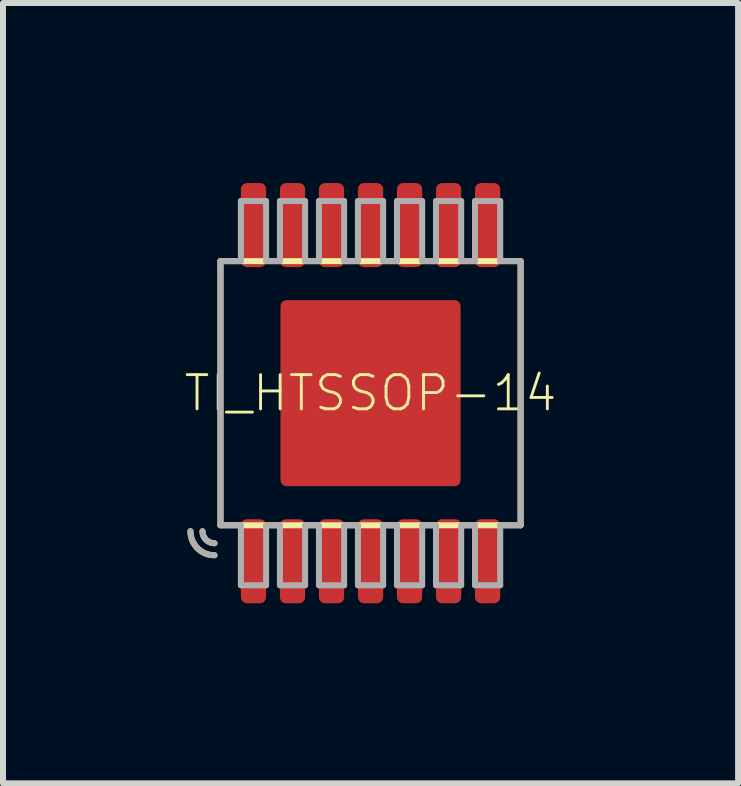
<source format=kicad_pcb>
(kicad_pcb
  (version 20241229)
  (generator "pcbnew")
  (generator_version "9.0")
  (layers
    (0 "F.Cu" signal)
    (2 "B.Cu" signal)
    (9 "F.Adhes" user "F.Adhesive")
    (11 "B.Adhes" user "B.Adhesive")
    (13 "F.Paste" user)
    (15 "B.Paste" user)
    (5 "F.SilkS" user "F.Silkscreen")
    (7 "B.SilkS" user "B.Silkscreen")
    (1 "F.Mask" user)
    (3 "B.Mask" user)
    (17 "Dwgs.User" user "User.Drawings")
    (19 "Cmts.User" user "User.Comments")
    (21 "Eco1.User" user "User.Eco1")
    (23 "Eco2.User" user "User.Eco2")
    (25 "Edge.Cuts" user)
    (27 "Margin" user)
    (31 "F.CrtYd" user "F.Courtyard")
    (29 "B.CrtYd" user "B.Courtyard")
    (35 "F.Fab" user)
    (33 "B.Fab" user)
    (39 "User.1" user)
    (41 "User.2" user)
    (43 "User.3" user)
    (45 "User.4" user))
  (footprint "TI_HTSSOP-14"
    (layer "F.Cu")
    (at 3.123 3.5)
    (property "Reference" "TI_HTSSOP-14" (at 0 0 0) (layer "F.SilkS") (effects (font (size 0.57 0.57) (thickness 0.048))))
    (attr through_hole)
    (fp_line (start -2.5 -2.2) (end 2.5 -2.2) (stroke (width 0.1) (type solid)) (layer "F.SilkS"))
    (fp_line (start -2.5 2.2) (end -2.5 -2.2) (stroke (width 0.1) (type solid)) (layer "F.SilkS"))
    (fp_line (start 2.5 -2.2) (end 2.5 2.2) (stroke (width 0.1) (type solid)) (layer "F.SilkS"))
    (fp_line (start 2.5 2.2) (end -2.5 2.2) (stroke (width 0.1) (type solid)) (layer "F.SilkS"))
    (fp_arc (start -2.6 2.5) (mid -2.741421 2.441421) (end -2.8 2.3) (stroke (width 0.1) (type solid)) (layer "F.SilkS"))
    (fp_arc (start -2.6 2.7) (mid -2.882843 2.582843) (end -3 2.3) (stroke (width 0.1) (type solid)) (layer "F.SilkS"))
    (fp_poly (pts (xy -1.3 -0.2) (xy -0.2 -0.2) (xy -0.2 -1.4) (xy -1.3 -1.4)) (stroke (width 0) (type solid)) (fill yes) (layer "F.Paste"))
    (fp_poly (pts (xy -1.3 1.4) (xy -0.2 1.4) (xy -0.2 0.2) (xy -1.3 0.2)) (stroke (width 0) (type solid)) (fill yes) (layer "F.Paste"))
    (fp_poly (pts (xy 0.2 -0.2) (xy 1.3 -0.2) (xy 1.3 -1.4) (xy 0.2 -1.4)) (stroke (width 0) (type solid)) (fill yes) (layer "F.Paste"))
    (fp_poly (pts (xy 0.2 1.4) (xy 1.3 1.4) (xy 1.3 0.2) (xy 0.2 0.2)) (stroke (width 0) (type solid)) (fill yes) (layer "F.Paste"))
    (fp_line (start -2.5 -2.2) (end -2.16 -2.2) (stroke (width 0.1) (type solid)) (layer "F.Fab"))
    (fp_line (start -2.5 2.2) (end -2.5 -2.2) (stroke (width 0.1) (type solid)) (layer "F.Fab"))
    (fp_line (start -2.16 -3.2) (end -1.74 -3.2) (stroke (width 0.1) (type solid)) (layer "F.Fab"))
    (fp_line (start -2.16 -2.2) (end -2.16 -3.2) (stroke (width 0.1) (type solid)) (layer "F.Fab"))
    (fp_line (start -2.16 2.2) (end -2.5 2.2) (stroke (width 0.1) (type solid)) (layer "F.Fab"))
    (fp_line (start -2.16 3.2) (end -2.16 2.2) (stroke (width 0.1) (type solid)) (layer "F.Fab"))
    (fp_line (start -1.74 -3.2) (end -1.74 -2.2) (stroke (width 0.1) (type solid)) (layer "F.Fab"))
    (fp_line (start -1.74 -2.2) (end -1.51 -2.2) (stroke (width 0.1) (type solid)) (layer "F.Fab"))
    (fp_line (start -1.74 2.2) (end -1.74 3.2) (stroke (width 0.1) (type solid)) (layer "F.Fab"))
    (fp_line (start -1.74 3.2) (end -2.16 3.2) (stroke (width 0.1) (type solid)) (layer "F.Fab"))
    (fp_line (start -1.51 -3.2) (end -1.09 -3.2) (stroke (width 0.1) (type solid)) (layer "F.Fab"))
    (fp_line (start -1.51 -2.2) (end -1.51 -3.2) (stroke (width 0.1) (type solid)) (layer "F.Fab"))
    (fp_line (start -1.51 2.2) (end -1.74 2.2) (stroke (width 0.1) (type solid)) (layer "F.Fab"))
    (fp_line (start -1.51 3.2) (end -1.51 2.2) (stroke (width 0.1) (type solid)) (layer "F.Fab"))
    (fp_line (start -1.09 -3.2) (end -1.09 -2.2) (stroke (width 0.1) (type solid)) (layer "F.Fab"))
    (fp_line (start -1.09 -2.2) (end -0.86 -2.2) (stroke (width 0.1) (type solid)) (layer "F.Fab"))
    (fp_line (start -1.09 2.2) (end -1.09 3.2) (stroke (width 0.1) (type solid)) (layer "F.Fab"))
    (fp_line (start -1.09 3.2) (end -1.51 3.2) (stroke (width 0.1) (type solid)) (layer "F.Fab"))
    (fp_line (start -0.86 -3.2) (end -0.44 -3.2) (stroke (width 0.1) (type solid)) (layer "F.Fab"))
    (fp_line (start -0.86 -2.2) (end -0.86 -3.2) (stroke (width 0.1) (type solid)) (layer "F.Fab"))
    (fp_line (start -0.86 2.2) (end -1.09 2.2) (stroke (width 0.1) (type solid)) (layer "F.Fab"))
    (fp_line (start -0.86 3.2) (end -0.86 2.2) (stroke (width 0.1) (type solid)) (layer "F.Fab"))
    (fp_line (start -0.44 -3.2) (end -0.44 -2.2) (stroke (width 0.1) (type solid)) (layer "F.Fab"))
    (fp_line (start -0.44 -2.2) (end -0.21 -2.2) (stroke (width 0.1) (type solid)) (layer "F.Fab"))
    (fp_line (start -0.44 2.2) (end -0.44 3.2) (stroke (width 0.1) (type solid)) (layer "F.Fab"))
    (fp_line (start -0.44 3.2) (end -0.86 3.2) (stroke (width 0.1) (type solid)) (layer "F.Fab"))
    (fp_line (start -0.21 -3.2) (end 0.21 -3.2) (stroke (width 0.1) (type solid)) (layer "F.Fab"))
    (fp_line (start -0.21 -2.2) (end -0.21 -3.2) (stroke (width 0.1) (type solid)) (layer "F.Fab"))
    (fp_line (start -0.21 2.2) (end -0.44 2.2) (stroke (width 0.1) (type solid)) (layer "F.Fab"))
    (fp_line (start -0.21 3.2) (end -0.21 2.2) (stroke (width 0.1) (type solid)) (layer "F.Fab"))
    (fp_line (start 0.21 -3.2) (end 0.21 -2.2) (stroke (width 0.1) (type solid)) (layer "F.Fab"))
    (fp_line (start 0.21 -2.2) (end 0.44 -2.2) (stroke (width 0.1) (type solid)) (layer "F.Fab"))
    (fp_line (start 0.21 2.2) (end 0.21 3.2) (stroke (width 0.1) (type solid)) (layer "F.Fab"))
    (fp_line (start 0.21 3.2) (end -0.21 3.2) (stroke (width 0.1) (type solid)) (layer "F.Fab"))
    (fp_line (start 0.44 -3.2) (end 0.86 -3.2) (stroke (width 0.1) (type solid)) (layer "F.Fab"))
    (fp_line (start 0.44 -2.2) (end 0.44 -3.2) (stroke (width 0.1) (type solid)) (layer "F.Fab"))
    (fp_line (start 0.44 2.2) (end 0.21 2.2) (stroke (width 0.1) (type solid)) (layer "F.Fab"))
    (fp_line (start 0.44 3.2) (end 0.44 2.2) (stroke (width 0.1) (type solid)) (layer "F.Fab"))
    (fp_line (start 0.86 -3.2) (end 0.86 -2.2) (stroke (width 0.1) (type solid)) (layer "F.Fab"))
    (fp_line (start 0.86 -2.2) (end 1.09 -2.2) (stroke (width 0.1) (type solid)) (layer "F.Fab"))
    (fp_line (start 0.86 2.2) (end 0.86 3.2) (stroke (width 0.1) (type solid)) (layer "F.Fab"))
    (fp_line (start 0.86 3.2) (end 0.44 3.2) (stroke (width 0.1) (type solid)) (layer "F.Fab"))
    (fp_line (start 1.09 -3.2) (end 1.51 -3.2) (stroke (width 0.1) (type solid)) (layer "F.Fab"))
    (fp_line (start 1.09 -2.2) (end 1.09 -3.2) (stroke (width 0.1) (type solid)) (layer "F.Fab"))
    (fp_line (start 1.09 2.2) (end 0.86 2.2) (stroke (width 0.1) (type solid)) (layer "F.Fab"))
    (fp_line (start 1.09 3.2) (end 1.09 2.2) (stroke (width 0.1) (type solid)) (layer "F.Fab"))
    (fp_line (start 1.51 -3.2) (end 1.51 -2.2) (stroke (width 0.1) (type solid)) (layer "F.Fab"))
    (fp_line (start 1.51 -2.2) (end 1.74 -2.2) (stroke (width 0.1) (type solid)) (layer "F.Fab"))
    (fp_line (start 1.51 2.2) (end 1.51 3.2) (stroke (width 0.1) (type solid)) (layer "F.Fab"))
    (fp_line (start 1.51 3.2) (end 1.09 3.2) (stroke (width 0.1) (type solid)) (layer "F.Fab"))
    (fp_line (start 1.74 -3.2) (end 2.16 -3.2) (stroke (width 0.1) (type solid)) (layer "F.Fab"))
    (fp_line (start 1.74 -2.2) (end 1.74 -3.2) (stroke (width 0.1) (type solid)) (layer "F.Fab"))
    (fp_line (start 1.74 2.2) (end 1.51 2.2) (stroke (width 0.1) (type solid)) (layer "F.Fab"))
    (fp_line (start 1.74 3.2) (end 1.74 2.2) (stroke (width 0.1) (type solid)) (layer "F.Fab"))
    (fp_line (start 2.16 -3.2) (end 2.16 -2.2) (stroke (width 0.1) (type solid)) (layer "F.Fab"))
    (fp_line (start 2.16 -2.2) (end 2.5 -2.2) (stroke (width 0.1) (type solid)) (layer "F.Fab"))
    (fp_line (start 2.16 2.2) (end 2.16 3.2) (stroke (width 0.1) (type solid)) (layer "F.Fab"))
    (fp_line (start 2.16 3.2) (end 1.74 3.2) (stroke (width 0.1) (type solid)) (layer "F.Fab"))
    (fp_line (start 2.5 -2.2) (end 2.5 2.2) (stroke (width 0.1) (type solid)) (layer "F.Fab"))
    (fp_line (start 2.5 2.2) (end 2.16 2.2) (stroke (width 0.1) (type solid)) (layer "F.Fab"))
    (fp_arc (start -2.6 2.5) (mid -2.741421 2.441421) (end -2.8 2.3) (stroke (width 0.1) (type solid)) (layer "F.Fab"))
    (fp_arc (start -2.6 2.7) (mid -2.882843 2.582843) (end -3 2.3) (stroke (width 0.1) (type solid)) (layer "F.Fab"))
    (pad "1" smd roundrect (at -1.95 2.8 90) (size 1.4 0.42) (layers "F.Cu" "F.Mask" "F.Paste") (roundrect_rratio 0.238))
    (pad "2" smd roundrect (at -1.3 2.8 90) (size 1.4 0.42) (layers "F.Cu" "F.Mask" "F.Paste") (roundrect_rratio 0.238))
    (pad "3" smd roundrect (at -0.65 2.8 90) (size 1.4 0.42) (layers "F.Cu" "F.Mask" "F.Paste") (roundrect_rratio 0.238))
    (pad "4" smd roundrect (at 0 2.8 270) (size 1.4 0.42) (layers "F.Cu" "F.Mask" "F.Paste") (roundrect_rratio 0.238))
    (pad "5" smd roundrect (at 0.65 2.8 90) (size 1.4 0.42) (layers "F.Cu" "F.Mask" "F.Paste") (roundrect_rratio 0.238))
    (pad "6" smd roundrect (at 1.3 2.8 90) (size 1.4 0.42) (layers "F.Cu" "F.Mask" "F.Paste") (roundrect_rratio 0.238))
    (pad "7" smd roundrect (at 1.95 2.8 90) (size 1.4 0.42) (layers "F.Cu" "F.Mask" "F.Paste") (roundrect_rratio 0.238))
    (pad "8" smd roundrect (at 1.95 -2.8 90) (size 1.4 0.42) (layers "F.Cu" "F.Mask" "F.Paste") (roundrect_rratio 0.238))
    (pad "9" smd roundrect (at 1.3 -2.8 90) (size 1.4 0.42) (layers "F.Cu" "F.Mask" "F.Paste") (roundrect_rratio 0.238))
    (pad "10" smd roundrect (at 0.65 -2.8 90) (size 1.4 0.42) (layers "F.Cu" "F.Mask" "F.Paste") (roundrect_rratio 0.238))
    (pad "11" smd roundrect (at 0 -2.8 270) (size 1.4 0.42) (layers "F.Cu" "F.Mask" "F.Paste") (roundrect_rratio 0.238))
    (pad "12" smd roundrect (at -0.65 -2.8 90) (size 1.4 0.42) (layers "F.Cu" "F.Mask" "F.Paste") (roundrect_rratio 0.238))
    (pad "13" smd roundrect (at -1.3 -2.8 90) (size 1.4 0.42) (layers "F.Cu" "F.Mask" "F.Paste") (roundrect_rratio 0.238))
    (pad "14" smd roundrect (at -1.95 -2.8 90) (size 1.4 0.42) (layers "F.Cu" "F.Mask" "F.Paste") (roundrect_rratio 0.238))
    (pad "15" smd roundrect (at 0 0 90) (size 3.1 3) (layers "F.Cu" "F.Mask") (roundrect_rratio 0.033)))
  (gr_rect
    (start -3 -3)
    (end 9.246 10)
    (stroke (width 0.1) (type default))
    (fill no)
    (layer "Edge.Cuts")))
</source>
